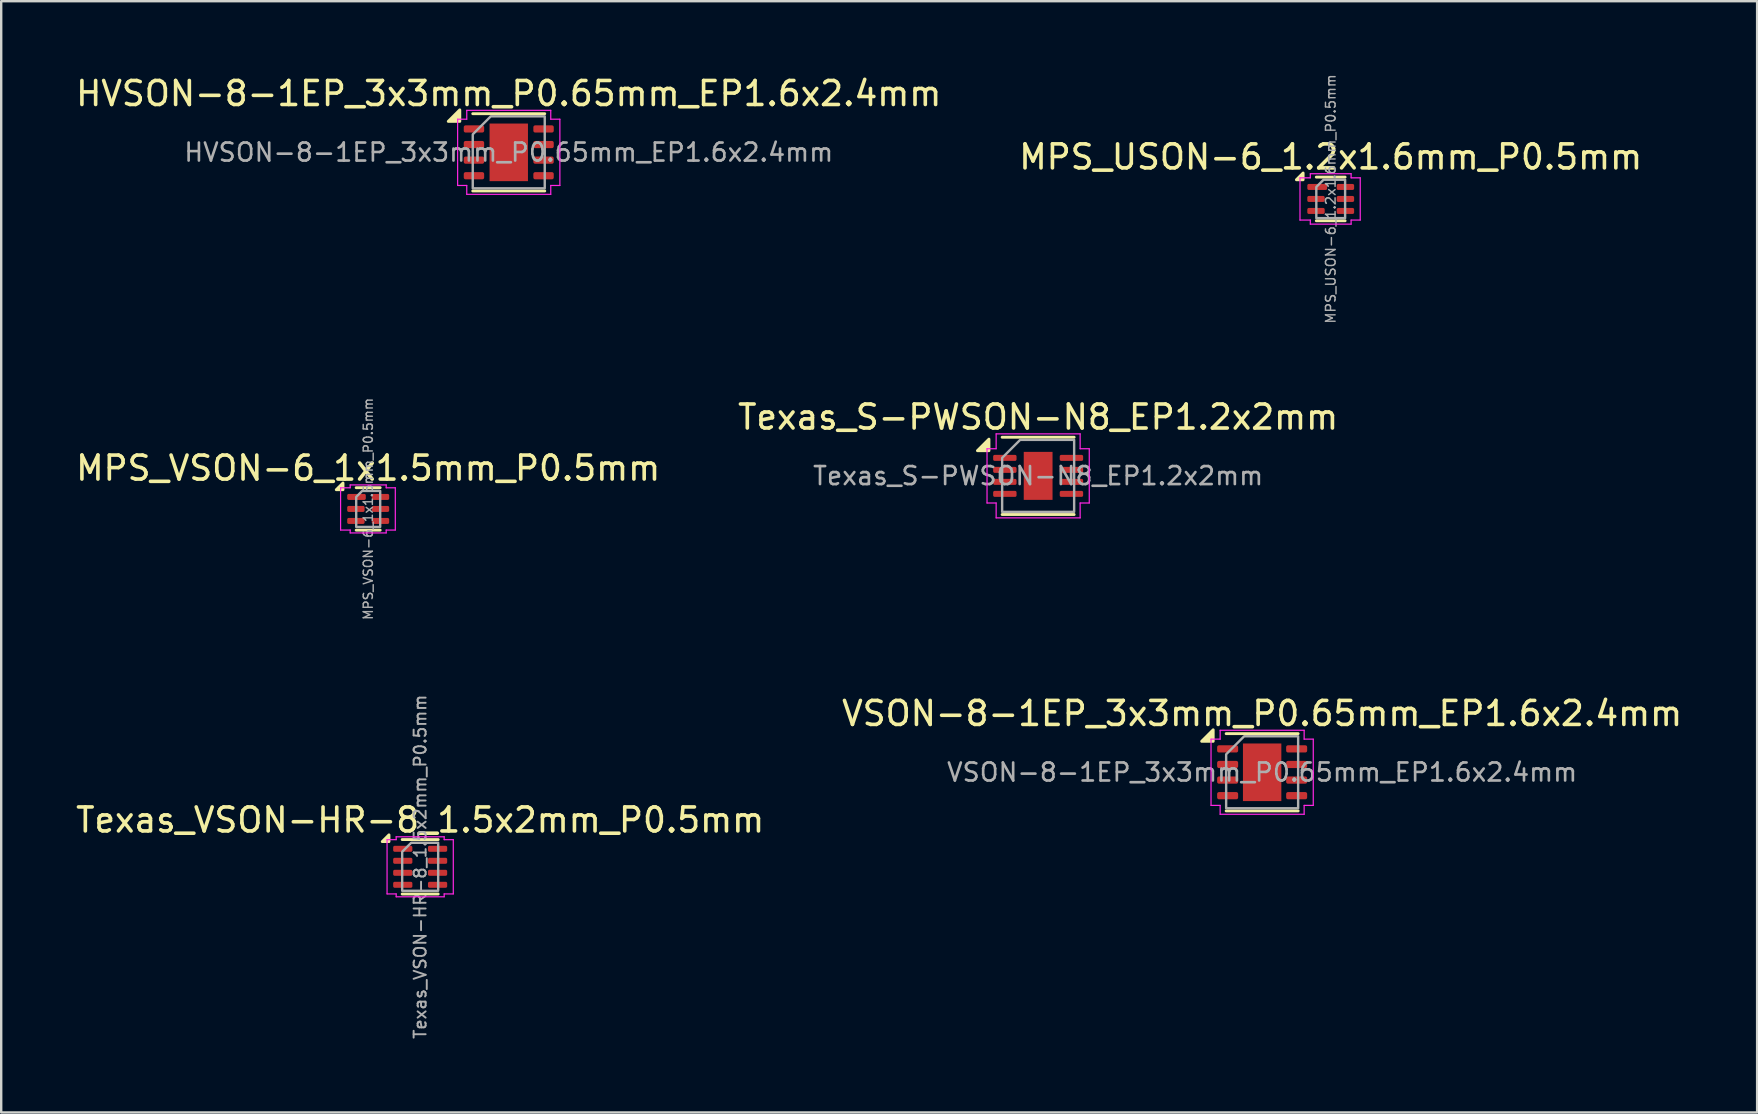
<source format=kicad_pcb>
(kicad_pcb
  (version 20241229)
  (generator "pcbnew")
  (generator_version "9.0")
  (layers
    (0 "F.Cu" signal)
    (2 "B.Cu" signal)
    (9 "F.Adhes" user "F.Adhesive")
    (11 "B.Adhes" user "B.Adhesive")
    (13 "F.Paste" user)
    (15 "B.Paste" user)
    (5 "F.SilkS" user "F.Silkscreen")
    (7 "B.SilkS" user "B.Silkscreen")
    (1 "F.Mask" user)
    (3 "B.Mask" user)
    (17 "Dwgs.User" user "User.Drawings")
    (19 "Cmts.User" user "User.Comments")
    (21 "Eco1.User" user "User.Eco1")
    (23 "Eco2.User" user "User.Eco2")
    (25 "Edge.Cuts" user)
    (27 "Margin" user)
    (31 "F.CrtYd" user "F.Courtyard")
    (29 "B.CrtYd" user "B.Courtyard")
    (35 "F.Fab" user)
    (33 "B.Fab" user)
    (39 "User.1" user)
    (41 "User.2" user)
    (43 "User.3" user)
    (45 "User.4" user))
  (footprint "Texas_S-PWSON-N8_EP1.2x2mm"
    (layer "F.Cu")
    (at 40.208 16.779)
    (property "Reference" "Texas_S-PWSON-N8_EP1.2x2mm" (at 0 -2.45 0) (layer "F.SilkS") (effects (font (size 1 1) (thickness 0.15))))
    (attr smd)
    (fp_line (start -1.5 -1.61) (end 1.5 -1.61) (stroke (width 0.12) (type solid)) (layer "F.SilkS"))
    (fp_line (start -1.5 1.61) (end 1.5 1.61) (stroke (width 0.12) (type solid)) (layer "F.SilkS"))
    (fp_poly (pts (xy -2.05 -1.05) (xy -2.53 -1.05) (xy -2.05 -1.53)) (stroke (width 0.12) (type solid)) (fill yes) (layer "F.SilkS"))
    (fp_line (start -2.13 -1.13) (end -1.75 -1.13) (stroke (width 0.05) (type solid)) (layer "F.CrtYd"))
    (fp_line (start -2.13 1.13) (end -2.13 -1.13) (stroke (width 0.05) (type solid)) (layer "F.CrtYd"))
    (fp_line (start -1.75 -1.75) (end 1.75 -1.75) (stroke (width 0.05) (type solid)) (layer "F.CrtYd"))
    (fp_line (start -1.75 -1.13) (end -1.75 -1.75) (stroke (width 0.05) (type solid)) (layer "F.CrtYd"))
    (fp_line (start -1.75 1.13) (end -2.13 1.13) (stroke (width 0.05) (type solid)) (layer "F.CrtYd"))
    (fp_line (start -1.75 1.75) (end -1.75 1.13) (stroke (width 0.05) (type solid)) (layer "F.CrtYd"))
    (fp_line (start 1.75 -1.75) (end 1.75 -1.13) (stroke (width 0.05) (type solid)) (layer "F.CrtYd"))
    (fp_line (start 1.75 -1.13) (end 2.13 -1.13) (stroke (width 0.05) (type solid)) (layer "F.CrtYd"))
    (fp_line (start 1.75 1.13) (end 1.75 1.75) (stroke (width 0.05) (type solid)) (layer "F.CrtYd"))
    (fp_line (start 1.75 1.75) (end -1.75 1.75) (stroke (width 0.05) (type solid)) (layer "F.CrtYd"))
    (fp_line (start 2.13 -1.13) (end 2.13 1.13) (stroke (width 0.05) (type solid)) (layer "F.CrtYd"))
    (fp_line (start 2.13 1.13) (end 1.75 1.13) (stroke (width 0.05) (type solid)) (layer "F.CrtYd"))
    (fp_poly (pts (xy -1.5 -0.75) (xy -1.5 1.5) (xy 1.5 1.5) (xy 1.5 -1.5) (xy -0.75 -1.5)) (stroke (width 0.1) (type solid)) (fill no) (layer "F.Fab"))
    (fp_text user "${REFERENCE}" (at 0 0 0) (layer "F.Fab") (effects (font (size 0.75 0.75) (thickness 0.11))))
    (pad "" smd roundrect (at 0 -0.5) (size 0.97 0.81) (layers "F.Paste") (roundrect_rratio 0.25))
    (pad "" smd roundrect (at 0 0.5) (size 0.97 0.81) (layers "F.Paste") (roundrect_rratio 0.25))
    (pad "1" smd roundrect (at -1.387 -0.75) (size 0.975 0.25) (layers "F.Cu" "F.Mask" "F.Paste") (roundrect_rratio 0.25))
    (pad "2" smd roundrect (at -1.387 -0.25) (size 0.975 0.25) (layers "F.Cu" "F.Mask" "F.Paste") (roundrect_rratio 0.25))
    (pad "3" smd roundrect (at -1.387 0.25) (size 0.975 0.25) (layers "F.Cu" "F.Mask" "F.Paste") (roundrect_rratio 0.25))
    (pad "4" smd roundrect (at -1.387 0.75) (size 0.975 0.25) (layers "F.Cu" "F.Mask" "F.Paste") (roundrect_rratio 0.25))
    (pad "5" smd roundrect (at 1.387 0.75) (size 0.975 0.25) (layers "F.Cu" "F.Mask" "F.Paste") (roundrect_rratio 0.25))
    (pad "6" smd roundrect (at 1.387 0.25) (size 0.975 0.25) (layers "F.Cu" "F.Mask" "F.Paste") (roundrect_rratio 0.25))
    (pad "7" smd roundrect (at 1.387 -0.25) (size 0.975 0.25) (layers "F.Cu" "F.Mask" "F.Paste") (roundrect_rratio 0.25))
    (pad "8" smd roundrect (at 1.387 -0.75) (size 0.975 0.25) (layers "F.Cu" "F.Mask" "F.Paste") (roundrect_rratio 0.25))
    (pad "9" smd rect (at 0 0) (size 1.2 2) (property pad_prop_heatsink) (layers "F.Cu" "F.Mask")))
  (footprint "Texas_VSON-HR-8_1.5x2mm_P0.5mm"
    (layer "F.Cu")
    (at 14.458 33.068)
    (property "Reference" "Texas_VSON-HR-8_1.5x2mm_P0.5mm" (at 0 -1.95 0) (layer "F.SilkS") (effects (font (size 1 1) (thickness 0.15))))
    (attr smd)
    (fp_line (start -0.75 -1.135) (end 0.75 -1.135) (stroke (width 0.12) (type solid)) (layer "F.SilkS"))
    (fp_line (start -0.75 1.135) (end 0.75 1.135) (stroke (width 0.12) (type solid)) (layer "F.SilkS"))
    (fp_poly (pts (xy -1.3 -1.05) (xy -1.58 -1.05) (xy -1.3 -1.33)) (stroke (width 0.12) (type solid)) (fill yes) (layer "F.SilkS"))
    (fp_line (start -1.38 -1.13) (end -1 -1.13) (stroke (width 0.05) (type solid)) (layer "F.CrtYd"))
    (fp_line (start -1.38 1.13) (end -1.38 -1.13) (stroke (width 0.05) (type solid)) (layer "F.CrtYd"))
    (fp_line (start -1 -1.25) (end 1 -1.25) (stroke (width 0.05) (type solid)) (layer "F.CrtYd"))
    (fp_line (start -1 -1.13) (end -1 -1.25) (stroke (width 0.05) (type solid)) (layer "F.CrtYd"))
    (fp_line (start -1 1.13) (end -1.38 1.13) (stroke (width 0.05) (type solid)) (layer "F.CrtYd"))
    (fp_line (start -1 1.25) (end -1 1.13) (stroke (width 0.05) (type solid)) (layer "F.CrtYd"))
    (fp_line (start 1 -1.25) (end 1 -1.13) (stroke (width 0.05) (type solid)) (layer "F.CrtYd"))
    (fp_line (start 1 -1.13) (end 1.38 -1.13) (stroke (width 0.05) (type solid)) (layer "F.CrtYd"))
    (fp_line (start 1 1.13) (end 1 1.25) (stroke (width 0.05) (type solid)) (layer "F.CrtYd"))
    (fp_line (start 1 1.25) (end -1 1.25) (stroke (width 0.05) (type solid)) (layer "F.CrtYd"))
    (fp_line (start 1.38 -1.13) (end 1.38 1.13) (stroke (width 0.05) (type solid)) (layer "F.CrtYd"))
    (fp_line (start 1.38 1.13) (end 1 1.13) (stroke (width 0.05) (type solid)) (layer "F.CrtYd"))
    (fp_poly (pts (xy -0.75 -0.625) (xy -0.75 1) (xy 0.75 1) (xy 0.75 -1) (xy -0.375 -1)) (stroke (width 0.1) (type solid)) (fill no) (layer "F.Fab"))
    (fp_text user "${REFERENCE}" (at 0 0 90) (layer "F.Fab") (effects (font (size 0.5 0.5) (thickness 0.08))))
    (pad "1" smd roundrect (at -0.725 -0.75) (size 0.8 0.25) (layers "F.Cu" "F.Mask" "F.Paste") (roundrect_rratio 0.25))
    (pad "2" smd roundrect (at -0.725 -0.25) (size 0.8 0.25) (layers "F.Cu" "F.Mask" "F.Paste") (roundrect_rratio 0.25))
    (pad "3" smd roundrect (at -0.725 0.25) (size 0.8 0.25) (layers "F.Cu" "F.Mask" "F.Paste") (roundrect_rratio 0.25))
    (pad "4" smd roundrect (at -0.725 0.75) (size 0.8 0.25) (layers "F.Cu" "F.Mask" "F.Paste") (roundrect_rratio 0.25))
    (pad "5" smd roundrect (at 0.725 0.75) (size 0.8 0.25) (layers "F.Cu" "F.Mask" "F.Paste") (roundrect_rratio 0.25))
    (pad "6" smd roundrect (at 0.725 0.25) (size 0.8 0.25) (layers "F.Cu" "F.Mask" "F.Paste") (roundrect_rratio 0.25))
    (pad "7" smd roundrect (at 0.725 -0.25) (size 0.8 0.25) (layers "F.Cu" "F.Mask" "F.Paste") (roundrect_rratio 0.25))
    (pad "8" smd roundrect (at 0.725 -0.75) (size 0.8 0.25) (layers "F.Cu" "F.Mask" "F.Paste") (roundrect_rratio 0.25)))
  (footprint "VSON-8-1EP_3x3mm_P0.65mm_EP1.6x2.4mm"
    (layer "F.Cu")
    (at 49.542 29.13)
    (property "Reference" "VSON-8-1EP_3x3mm_P0.65mm_EP1.6x2.4mm" (at 0 -2.45 0) (layer "F.SilkS") (effects (font (size 1 1) (thickness 0.15))))
    (attr smd)
    (fp_line (start -1.5 -1.61) (end 1.5 -1.61) (stroke (width 0.12) (type solid)) (layer "F.SilkS"))
    (fp_line (start -1.5 1.61) (end 1.5 1.61) (stroke (width 0.12) (type solid)) (layer "F.SilkS"))
    (fp_poly (pts (xy -2.04 -1.29) (xy -2.52 -1.29) (xy -2.04 -1.77)) (stroke (width 0.12) (type solid)) (fill yes) (layer "F.SilkS"))
    (fp_line (start -2.13 -1.38) (end -1.75 -1.38) (stroke (width 0.05) (type solid)) (layer "F.CrtYd"))
    (fp_line (start -2.13 1.38) (end -2.13 -1.38) (stroke (width 0.05) (type solid)) (layer "F.CrtYd"))
    (fp_line (start -1.75 -1.75) (end 1.75 -1.75) (stroke (width 0.05) (type solid)) (layer "F.CrtYd"))
    (fp_line (start -1.75 -1.38) (end -1.75 -1.75) (stroke (width 0.05) (type solid)) (layer "F.CrtYd"))
    (fp_line (start -1.75 1.38) (end -2.13 1.38) (stroke (width 0.05) (type solid)) (layer "F.CrtYd"))
    (fp_line (start -1.75 1.75) (end -1.75 1.38) (stroke (width 0.05) (type solid)) (layer "F.CrtYd"))
    (fp_line (start 1.75 -1.75) (end 1.75 -1.38) (stroke (width 0.05) (type solid)) (layer "F.CrtYd"))
    (fp_line (start 1.75 -1.38) (end 2.13 -1.38) (stroke (width 0.05) (type solid)) (layer "F.CrtYd"))
    (fp_line (start 1.75 1.38) (end 1.75 1.75) (stroke (width 0.05) (type solid)) (layer "F.CrtYd"))
    (fp_line (start 1.75 1.75) (end -1.75 1.75) (stroke (width 0.05) (type solid)) (layer "F.CrtYd"))
    (fp_line (start 2.13 -1.38) (end 2.13 1.38) (stroke (width 0.05) (type solid)) (layer "F.CrtYd"))
    (fp_line (start 2.13 1.38) (end 1.75 1.38) (stroke (width 0.05) (type solid)) (layer "F.CrtYd"))
    (fp_poly (pts (xy -1.5 -0.75) (xy -1.5 1.5) (xy 1.5 1.5) (xy 1.5 -1.5) (xy -0.75 -1.5)) (stroke (width 0.1) (type solid)) (fill no) (layer "F.Fab"))
    (fp_text user "${REFERENCE}" (at 0 0 0) (layer "F.Fab") (effects (font (size 0.75 0.75) (thickness 0.11))))
    (pad "" smd roundrect (at 0 -0.6) (size 1.29 0.97) (layers "F.Paste") (roundrect_rratio 0.25))
    (pad "" smd roundrect (at 0 0.6) (size 1.29 0.97) (layers "F.Paste") (roundrect_rratio 0.25))
    (pad "1" smd roundrect (at -1.438 -0.975) (size 0.875 0.3) (layers "F.Cu" "F.Mask" "F.Paste") (roundrect_rratio 0.25))
    (pad "2" smd roundrect (at -1.438 -0.325) (size 0.875 0.3) (layers "F.Cu" "F.Mask" "F.Paste") (roundrect_rratio 0.25))
    (pad "3" smd roundrect (at -1.438 0.325) (size 0.875 0.3) (layers "F.Cu" "F.Mask" "F.Paste") (roundrect_rratio 0.25))
    (pad "4" smd roundrect (at -1.438 0.975) (size 0.875 0.3) (layers "F.Cu" "F.Mask" "F.Paste") (roundrect_rratio 0.25))
    (pad "5" smd roundrect (at 1.438 0.975) (size 0.875 0.3) (layers "F.Cu" "F.Mask" "F.Paste") (roundrect_rratio 0.25))
    (pad "6" smd roundrect (at 1.438 0.325) (size 0.875 0.3) (layers "F.Cu" "F.Mask" "F.Paste") (roundrect_rratio 0.25))
    (pad "7" smd roundrect (at 1.438 -0.325) (size 0.875 0.3) (layers "F.Cu" "F.Mask" "F.Paste") (roundrect_rratio 0.25))
    (pad "8" smd roundrect (at 1.438 -0.975) (size 0.875 0.3) (layers "F.Cu" "F.Mask" "F.Paste") (roundrect_rratio 0.25))
    (pad "9" smd rect (at 0 0) (size 1.6 2.4) (property pad_prop_heatsink) (layers "F.Cu" "F.Mask")))
  (footprint "MPS_USON-6_1.2x1.6mm_P0.5mm"
    (layer "F.Cu")
    (at 52.399 5.24)
    (property "Reference" "MPS_USON-6_1.2x1.6mm_P0.5mm" (at 0 -1.75 0) (layer "F.SilkS") (effects (font (size 1 1) (thickness 0.15))))
    (attr smd)
    (fp_line (start -0.6 -0.91) (end 0.6 -0.91) (stroke (width 0.12) (type solid)) (layer "F.SilkS"))
    (fp_line (start -0.6 0.91) (end 0.6 0.91) (stroke (width 0.12) (type solid)) (layer "F.SilkS"))
    (fp_poly (pts (xy -1.15 -0.8) (xy -1.43 -0.8) (xy -1.15 -1.08)) (stroke (width 0.12) (type solid)) (fill yes) (layer "F.SilkS"))
    (fp_line (start -1.28 -0.88) (end -0.85 -0.88) (stroke (width 0.05) (type solid)) (layer "F.CrtYd"))
    (fp_line (start -1.28 0.88) (end -1.28 -0.88) (stroke (width 0.05) (type solid)) (layer "F.CrtYd"))
    (fp_line (start -0.85 -1.05) (end 0.85 -1.05) (stroke (width 0.05) (type solid)) (layer "F.CrtYd"))
    (fp_line (start -0.85 -0.88) (end -0.85 -1.05) (stroke (width 0.05) (type solid)) (layer "F.CrtYd"))
    (fp_line (start -0.85 0.88) (end -1.28 0.88) (stroke (width 0.05) (type solid)) (layer "F.CrtYd"))
    (fp_line (start -0.85 1.05) (end -0.85 0.88) (stroke (width 0.05) (type solid)) (layer "F.CrtYd"))
    (fp_line (start 0.85 -1.05) (end 0.85 -0.88) (stroke (width 0.05) (type solid)) (layer "F.CrtYd"))
    (fp_line (start 0.85 -0.88) (end 1.23 -0.88) (stroke (width 0.05) (type solid)) (layer "F.CrtYd"))
    (fp_line (start 0.85 0.88) (end 0.85 1.05) (stroke (width 0.05) (type solid)) (layer "F.CrtYd"))
    (fp_line (start 0.85 1.05) (end -0.85 1.05) (stroke (width 0.05) (type solid)) (layer "F.CrtYd"))
    (fp_line (start 1.23 -0.88) (end 1.23 0.88) (stroke (width 0.05) (type solid)) (layer "F.CrtYd"))
    (fp_line (start 1.23 0.88) (end 0.85 0.88) (stroke (width 0.05) (type solid)) (layer "F.CrtYd"))
    (fp_poly (pts (xy -0.6 -0.5) (xy -0.6 0.8) (xy 0.6 0.8) (xy 0.6 -0.8) (xy -0.3 -0.8)) (stroke (width 0.1) (type solid)) (fill no) (layer "F.Fab"))
    (fp_text user "${REFERENCE}" (at 0 0 90) (layer "F.Fab") (effects (font (size 0.4 0.4) (thickness 0.06))))
    (pad "1" smd roundrect (at -0.562 -0.5) (size 0.825 0.25) (layers "F.Cu" "F.Mask" "F.Paste") (roundrect_rratio 0.25))
    (pad "2" smd roundrect (at -0.613 0) (size 0.725 0.25) (layers "F.Cu" "F.Mask" "F.Paste") (roundrect_rratio 0.25))
    (pad "3" smd roundrect (at -0.613 0.5) (size 0.725 0.25) (layers "F.Cu" "F.Mask" "F.Paste") (roundrect_rratio 0.25))
    (pad "4" smd roundrect (at 0.613 0.5) (size 0.725 0.25) (layers "F.Cu" "F.Mask" "F.Paste") (roundrect_rratio 0.25))
    (pad "5" smd roundrect (at 0.613 0) (size 0.725 0.25) (layers "F.Cu" "F.Mask" "F.Paste") (roundrect_rratio 0.25))
    (pad "6" smd roundrect (at 0.613 -0.5) (size 0.725 0.25) (layers "F.Cu" "F.Mask" "F.Paste") (roundrect_rratio 0.25)))
  (footprint "HVSON-8-1EP_3x3mm_P0.65mm_EP1.6x2.4mm"
    (layer "F.Cu")
    (at 18.149 3.298)
    (property "Reference" "HVSON-8-1EP_3x3mm_P0.65mm_EP1.6x2.4mm" (at 0 -2.45 0) (layer "F.SilkS") (effects (font (size 1 1) (thickness 0.15))))
    (attr smd)
    (fp_line (start -1.5 -1.61) (end 1.5 -1.61) (stroke (width 0.12) (type solid)) (layer "F.SilkS"))
    (fp_line (start -1.5 1.61) (end 1.5 1.61) (stroke (width 0.12) (type solid)) (layer "F.SilkS"))
    (fp_poly (pts (xy -2.04 -1.29) (xy -2.52 -1.29) (xy -2.04 -1.77)) (stroke (width 0.12) (type solid)) (fill yes) (layer "F.SilkS"))
    (fp_line (start -2.13 -1.38) (end -1.75 -1.38) (stroke (width 0.05) (type solid)) (layer "F.CrtYd"))
    (fp_line (start -2.13 1.38) (end -2.13 -1.38) (stroke (width 0.05) (type solid)) (layer "F.CrtYd"))
    (fp_line (start -1.75 -1.75) (end 1.75 -1.75) (stroke (width 0.05) (type solid)) (layer "F.CrtYd"))
    (fp_line (start -1.75 -1.38) (end -1.75 -1.75) (stroke (width 0.05) (type solid)) (layer "F.CrtYd"))
    (fp_line (start -1.75 1.38) (end -2.13 1.38) (stroke (width 0.05) (type solid)) (layer "F.CrtYd"))
    (fp_line (start -1.75 1.75) (end -1.75 1.38) (stroke (width 0.05) (type solid)) (layer "F.CrtYd"))
    (fp_line (start 1.75 -1.75) (end 1.75 -1.38) (stroke (width 0.05) (type solid)) (layer "F.CrtYd"))
    (fp_line (start 1.75 -1.38) (end 2.13 -1.38) (stroke (width 0.05) (type solid)) (layer "F.CrtYd"))
    (fp_line (start 1.75 1.38) (end 1.75 1.75) (stroke (width 0.05) (type solid)) (layer "F.CrtYd"))
    (fp_line (start 1.75 1.75) (end -1.75 1.75) (stroke (width 0.05) (type solid)) (layer "F.CrtYd"))
    (fp_line (start 2.13 -1.38) (end 2.13 1.38) (stroke (width 0.05) (type solid)) (layer "F.CrtYd"))
    (fp_line (start 2.13 1.38) (end 1.75 1.38) (stroke (width 0.05) (type solid)) (layer "F.CrtYd"))
    (fp_poly (pts (xy -1.5 -0.75) (xy -1.5 1.5) (xy 1.5 1.5) (xy 1.5 -1.5) (xy -0.75 -1.5)) (stroke (width 0.1) (type solid)) (fill no) (layer "F.Fab"))
    (fp_text user "${REFERENCE}" (at 0 0 0) (layer "F.Fab") (effects (font (size 0.75 0.75) (thickness 0.11))))
    (pad "" smd roundrect (at -0.4 -0.6) (size 0.64 0.97) (layers "F.Paste") (roundrect_rratio 0.25))
    (pad "" smd roundrect (at -0.4 0.6) (size 0.64 0.97) (layers "F.Paste") (roundrect_rratio 0.25))
    (pad "" smd roundrect (at 0.4 -0.6) (size 0.64 0.97) (layers "F.Paste") (roundrect_rratio 0.25))
    (pad "" smd roundrect (at 0.4 0.6) (size 0.64 0.97) (layers "F.Paste") (roundrect_rratio 0.25))
    (pad "1" smd roundrect (at -1.45 -0.975) (size 0.85 0.3) (layers "F.Cu" "F.Mask" "F.Paste") (roundrect_rratio 0.25))
    (pad "2" smd roundrect (at -1.45 -0.325) (size 0.85 0.3) (layers "F.Cu" "F.Mask" "F.Paste") (roundrect_rratio 0.25))
    (pad "3" smd roundrect (at -1.45 0.325) (size 0.85 0.3) (layers "F.Cu" "F.Mask" "F.Paste") (roundrect_rratio 0.25))
    (pad "4" smd roundrect (at -1.45 0.975) (size 0.85 0.3) (layers "F.Cu" "F.Mask" "F.Paste") (roundrect_rratio 0.25))
    (pad "5" smd roundrect (at 1.45 0.975) (size 0.85 0.3) (layers "F.Cu" "F.Mask" "F.Paste") (roundrect_rratio 0.25))
    (pad "6" smd roundrect (at 1.45 0.325) (size 0.85 0.3) (layers "F.Cu" "F.Mask" "F.Paste") (roundrect_rratio 0.25))
    (pad "7" smd roundrect (at 1.45 -0.325) (size 0.85 0.3) (layers "F.Cu" "F.Mask" "F.Paste") (roundrect_rratio 0.25))
    (pad "8" smd roundrect (at 1.45 -0.975) (size 0.85 0.3) (layers "F.Cu" "F.Mask" "F.Paste") (roundrect_rratio 0.25))
    (pad "9" smd rect (at 0 0) (size 1.6 2.4) (property pad_prop_heatsink) (layers "F.Cu" "F.Mask")))
  (footprint "MPS_VSON-6_1x1.5mm_P0.5mm"
    (layer "F.Cu")
    (at 12.292 18.156)
    (property "Reference" "MPS_VSON-6_1x1.5mm_P0.5mm" (at 0 -1.7 0) (layer "F.SilkS") (effects (font (size 1 1) (thickness 0.15))))
    (attr smd)
    (fp_line (start -0.5 -0.885) (end 0.5 -0.885) (stroke (width 0.12) (type solid)) (layer "F.SilkS"))
    (fp_line (start -0.5 0.885) (end 0.5 0.885) (stroke (width 0.12) (type solid)) (layer "F.SilkS"))
    (fp_poly (pts (xy -1.05 -0.8) (xy -1.33 -0.8) (xy -1.05 -1.08)) (stroke (width 0.12) (type solid)) (fill yes) (layer "F.SilkS"))
    (fp_line (start -1.15 -0.88) (end -0.75 -0.88) (stroke (width 0.05) (type solid)) (layer "F.CrtYd"))
    (fp_line (start -1.15 0.88) (end -1.15 -0.88) (stroke (width 0.05) (type solid)) (layer "F.CrtYd"))
    (fp_line (start -0.75 -1) (end 0.75 -1) (stroke (width 0.05) (type solid)) (layer "F.CrtYd"))
    (fp_line (start -0.75 -0.88) (end -0.75 -1) (stroke (width 0.05) (type solid)) (layer "F.CrtYd"))
    (fp_line (start -0.75 0.88) (end -1.15 0.88) (stroke (width 0.05) (type solid)) (layer "F.CrtYd"))
    (fp_line (start -0.75 1) (end -0.75 0.88) (stroke (width 0.05) (type solid)) (layer "F.CrtYd"))
    (fp_line (start 0.75 -1) (end 0.75 -0.88) (stroke (width 0.05) (type solid)) (layer "F.CrtYd"))
    (fp_line (start 0.75 -0.88) (end 1.13 -0.88) (stroke (width 0.05) (type solid)) (layer "F.CrtYd"))
    (fp_line (start 0.75 0.88) (end 0.75 1) (stroke (width 0.05) (type solid)) (layer "F.CrtYd"))
    (fp_line (start 0.75 1) (end -0.75 1) (stroke (width 0.05) (type solid)) (layer "F.CrtYd"))
    (fp_line (start 1.13 -0.88) (end 1.13 0.88) (stroke (width 0.05) (type solid)) (layer "F.CrtYd"))
    (fp_line (start 1.13 0.88) (end 0.75 0.88) (stroke (width 0.05) (type solid)) (layer "F.CrtYd"))
    (fp_poly (pts (xy -0.5 -0.5) (xy -0.5 0.75) (xy 0.5 0.75) (xy 0.5 -0.75) (xy -0.25 -0.75)) (stroke (width 0.1) (type solid)) (fill no) (layer "F.Fab"))
    (fp_text user "${REFERENCE}" (at 0 0 90) (layer "F.Fab") (effects (font (size 0.38 0.38) (thickness 0.06))))
    (pad "1" smd roundrect (at -0.487 -0.5) (size 0.775 0.25) (layers "F.Cu" "F.Mask" "F.Paste") (roundrect_rratio 0.25))
    (pad "2" smd roundrect (at -0.512 0) (size 0.725 0.25) (layers "F.Cu" "F.Mask" "F.Paste") (roundrect_rratio 0.25))
    (pad "3" smd roundrect (at -0.512 0.5) (size 0.725 0.25) (layers "F.Cu" "F.Mask" "F.Paste") (roundrect_rratio 0.25))
    (pad "4" smd roundrect (at 0.512 0.5) (size 0.725 0.25) (layers "F.Cu" "F.Mask" "F.Paste") (roundrect_rratio 0.25))
    (pad "5" smd roundrect (at 0.512 0) (size 0.725 0.25) (layers "F.Cu" "F.Mask" "F.Paste") (roundrect_rratio 0.25))
    (pad "6" smd roundrect (at 0.512 -0.5) (size 0.725 0.25) (layers "F.Cu" "F.Mask" "F.Paste") (roundrect_rratio 0.25)))
  (gr_rect
    (start -3 -3)
    (end 70.167 43.305)
    (stroke (width 0.1) (type default))
    (fill no)
    (layer "Edge.Cuts")))
</source>
